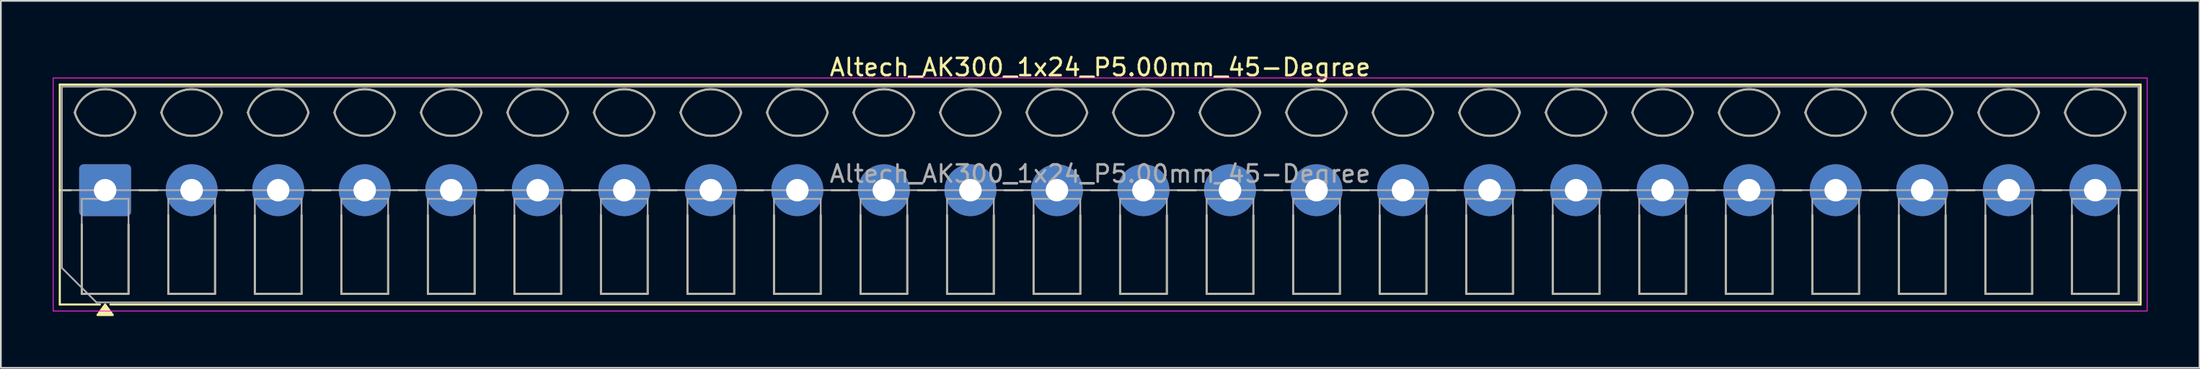
<source format=kicad_pcb>
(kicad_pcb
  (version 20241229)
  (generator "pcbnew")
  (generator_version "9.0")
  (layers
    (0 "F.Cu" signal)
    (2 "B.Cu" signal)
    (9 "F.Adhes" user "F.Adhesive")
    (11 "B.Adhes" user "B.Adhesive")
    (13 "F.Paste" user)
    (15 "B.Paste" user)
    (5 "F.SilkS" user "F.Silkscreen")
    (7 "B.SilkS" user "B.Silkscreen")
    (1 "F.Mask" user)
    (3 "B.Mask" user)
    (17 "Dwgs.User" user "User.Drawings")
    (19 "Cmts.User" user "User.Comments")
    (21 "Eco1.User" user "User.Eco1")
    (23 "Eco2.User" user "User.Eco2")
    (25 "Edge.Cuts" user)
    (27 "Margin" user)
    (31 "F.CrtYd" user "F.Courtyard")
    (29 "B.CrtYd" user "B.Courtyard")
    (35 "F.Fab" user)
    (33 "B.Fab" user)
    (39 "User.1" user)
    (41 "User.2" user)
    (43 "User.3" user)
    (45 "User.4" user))
  (footprint "Altech_AK300_1x24_P5.00mm_45-Degree"
    (layer "F.Cu")
    (at 3.025 7.968)
    (property "Reference" "Altech_AK300_1x24_P5.00mm_45-Degree" (at 57.5 -7.12 0) (layer "F.SilkS") (effects (font (size 1 1) (thickness 0.15))))
    (attr through_hole)
    (fp_line (start -2.62 -6.12) (end 117.62 -6.12) (stroke (width 0.12) (type solid)) (layer "F.SilkS"))
    (fp_line (start -2.62 0) (end -1.98 0) (stroke (width 0.12) (type solid)) (layer "F.SilkS"))
    (fp_line (start -2.62 6.62) (end -2.62 -6.12) (stroke (width 0.12) (type solid)) (layer "F.SilkS"))
    (fp_line (start -1.35 6) (end -1.35 1.98) (stroke (width 0.12) (type solid)) (layer "F.SilkS"))
    (fp_line (start -0.3 6.62) (end -2.62 6.62) (stroke (width 0.12) (type solid)) (layer "F.SilkS"))
    (fp_line (start 1.35 1.98) (end 1.35 6) (stroke (width 0.12) (type solid)) (layer "F.SilkS"))
    (fp_line (start 1.35 6) (end -1.35 6) (stroke (width 0.12) (type solid)) (layer "F.SilkS"))
    (fp_line (start 1.98 0) (end 3.02 0) (stroke (width 0.12) (type solid)) (layer "F.SilkS"))
    (fp_line (start 3.65 6) (end 3.65 1.448) (stroke (width 0.12) (type solid)) (layer "F.SilkS"))
    (fp_line (start 6.35 1.448) (end 6.35 6) (stroke (width 0.12) (type solid)) (layer "F.SilkS"))
    (fp_line (start 6.35 6) (end 3.65 6) (stroke (width 0.12) (type solid)) (layer "F.SilkS"))
    (fp_line (start 6.98 0) (end 8.02 0) (stroke (width 0.12) (type solid)) (layer "F.SilkS"))
    (fp_line (start 8.65 6) (end 8.65 1.448) (stroke (width 0.12) (type solid)) (layer "F.SilkS"))
    (fp_line (start 11.35 1.448) (end 11.35 6) (stroke (width 0.12) (type solid)) (layer "F.SilkS"))
    (fp_line (start 11.35 6) (end 8.65 6) (stroke (width 0.12) (type solid)) (layer "F.SilkS"))
    (fp_line (start 11.98 0) (end 13.02 0) (stroke (width 0.12) (type solid)) (layer "F.SilkS"))
    (fp_line (start 13.65 6) (end 13.65 1.448) (stroke (width 0.12) (type solid)) (layer "F.SilkS"))
    (fp_line (start 16.35 1.448) (end 16.35 6) (stroke (width 0.12) (type solid)) (layer "F.SilkS"))
    (fp_line (start 16.35 6) (end 13.65 6) (stroke (width 0.12) (type solid)) (layer "F.SilkS"))
    (fp_line (start 16.98 0) (end 18.02 0) (stroke (width 0.12) (type solid)) (layer "F.SilkS"))
    (fp_line (start 18.65 6) (end 18.65 1.448) (stroke (width 0.12) (type solid)) (layer "F.SilkS"))
    (fp_line (start 21.35 1.448) (end 21.35 6) (stroke (width 0.12) (type solid)) (layer "F.SilkS"))
    (fp_line (start 21.35 6) (end 18.65 6) (stroke (width 0.12) (type solid)) (layer "F.SilkS"))
    (fp_line (start 21.98 0) (end 23.02 0) (stroke (width 0.12) (type solid)) (layer "F.SilkS"))
    (fp_line (start 23.65 6) (end 23.65 1.448) (stroke (width 0.12) (type solid)) (layer "F.SilkS"))
    (fp_line (start 26.35 1.448) (end 26.35 6) (stroke (width 0.12) (type solid)) (layer "F.SilkS"))
    (fp_line (start 26.35 6) (end 23.65 6) (stroke (width 0.12) (type solid)) (layer "F.SilkS"))
    (fp_line (start 26.98 0) (end 28.02 0) (stroke (width 0.12) (type solid)) (layer "F.SilkS"))
    (fp_line (start 28.65 6) (end 28.65 1.448) (stroke (width 0.12) (type solid)) (layer "F.SilkS"))
    (fp_line (start 31.35 1.448) (end 31.35 6) (stroke (width 0.12) (type solid)) (layer "F.SilkS"))
    (fp_line (start 31.35 6) (end 28.65 6) (stroke (width 0.12) (type solid)) (layer "F.SilkS"))
    (fp_line (start 31.98 0) (end 33.02 0) (stroke (width 0.12) (type solid)) (layer "F.SilkS"))
    (fp_line (start 33.65 6) (end 33.65 1.448) (stroke (width 0.12) (type solid)) (layer "F.SilkS"))
    (fp_line (start 36.35 1.448) (end 36.35 6) (stroke (width 0.12) (type solid)) (layer "F.SilkS"))
    (fp_line (start 36.35 6) (end 33.65 6) (stroke (width 0.12) (type solid)) (layer "F.SilkS"))
    (fp_line (start 36.98 0) (end 38.02 0) (stroke (width 0.12) (type solid)) (layer "F.SilkS"))
    (fp_line (start 38.65 6) (end 38.65 1.448) (stroke (width 0.12) (type solid)) (layer "F.SilkS"))
    (fp_line (start 41.35 1.448) (end 41.35 6) (stroke (width 0.12) (type solid)) (layer "F.SilkS"))
    (fp_line (start 41.35 6) (end 38.65 6) (stroke (width 0.12) (type solid)) (layer "F.SilkS"))
    (fp_line (start 41.98 0) (end 43.02 0) (stroke (width 0.12) (type solid)) (layer "F.SilkS"))
    (fp_line (start 43.65 6) (end 43.65 1.448) (stroke (width 0.12) (type solid)) (layer "F.SilkS"))
    (fp_line (start 46.35 1.448) (end 46.35 6) (stroke (width 0.12) (type solid)) (layer "F.SilkS"))
    (fp_line (start 46.35 6) (end 43.65 6) (stroke (width 0.12) (type solid)) (layer "F.SilkS"))
    (fp_line (start 46.98 0) (end 48.02 0) (stroke (width 0.12) (type solid)) (layer "F.SilkS"))
    (fp_line (start 48.65 6) (end 48.65 1.448) (stroke (width 0.12) (type solid)) (layer "F.SilkS"))
    (fp_line (start 51.35 1.448) (end 51.35 6) (stroke (width 0.12) (type solid)) (layer "F.SilkS"))
    (fp_line (start 51.35 6) (end 48.65 6) (stroke (width 0.12) (type solid)) (layer "F.SilkS"))
    (fp_line (start 51.98 0) (end 53.02 0) (stroke (width 0.12) (type solid)) (layer "F.SilkS"))
    (fp_line (start 53.65 6) (end 53.65 1.448) (stroke (width 0.12) (type solid)) (layer "F.SilkS"))
    (fp_line (start 56.35 1.448) (end 56.35 6) (stroke (width 0.12) (type solid)) (layer "F.SilkS"))
    (fp_line (start 56.35 6) (end 53.65 6) (stroke (width 0.12) (type solid)) (layer "F.SilkS"))
    (fp_line (start 56.98 0) (end 58.02 0) (stroke (width 0.12) (type solid)) (layer "F.SilkS"))
    (fp_line (start 58.65 6) (end 58.65 1.448) (stroke (width 0.12) (type solid)) (layer "F.SilkS"))
    (fp_line (start 61.35 1.448) (end 61.35 6) (stroke (width 0.12) (type solid)) (layer "F.SilkS"))
    (fp_line (start 61.35 6) (end 58.65 6) (stroke (width 0.12) (type solid)) (layer "F.SilkS"))
    (fp_line (start 61.98 0) (end 63.02 0) (stroke (width 0.12) (type solid)) (layer "F.SilkS"))
    (fp_line (start 63.65 6) (end 63.65 1.448) (stroke (width 0.12) (type solid)) (layer "F.SilkS"))
    (fp_line (start 66.35 1.448) (end 66.35 6) (stroke (width 0.12) (type solid)) (layer "F.SilkS"))
    (fp_line (start 66.35 6) (end 63.65 6) (stroke (width 0.12) (type solid)) (layer "F.SilkS"))
    (fp_line (start 66.98 0) (end 68.02 0) (stroke (width 0.12) (type solid)) (layer "F.SilkS"))
    (fp_line (start 68.65 6) (end 68.65 1.448) (stroke (width 0.12) (type solid)) (layer "F.SilkS"))
    (fp_line (start 71.35 1.448) (end 71.35 6) (stroke (width 0.12) (type solid)) (layer "F.SilkS"))
    (fp_line (start 71.35 6) (end 68.65 6) (stroke (width 0.12) (type solid)) (layer "F.SilkS"))
    (fp_line (start 71.98 0) (end 73.02 0) (stroke (width 0.12) (type solid)) (layer "F.SilkS"))
    (fp_line (start 73.65 6) (end 73.65 1.448) (stroke (width 0.12) (type solid)) (layer "F.SilkS"))
    (fp_line (start 76.35 1.448) (end 76.35 6) (stroke (width 0.12) (type solid)) (layer "F.SilkS"))
    (fp_line (start 76.35 6) (end 73.65 6) (stroke (width 0.12) (type solid)) (layer "F.SilkS"))
    (fp_line (start 76.98 0) (end 78.02 0) (stroke (width 0.12) (type solid)) (layer "F.SilkS"))
    (fp_line (start 78.65 6) (end 78.65 1.448) (stroke (width 0.12) (type solid)) (layer "F.SilkS"))
    (fp_line (start 81.35 1.448) (end 81.35 6) (stroke (width 0.12) (type solid)) (layer "F.SilkS"))
    (fp_line (start 81.35 6) (end 78.65 6) (stroke (width 0.12) (type solid)) (layer "F.SilkS"))
    (fp_line (start 81.98 0) (end 83.02 0) (stroke (width 0.12) (type solid)) (layer "F.SilkS"))
    (fp_line (start 83.65 6) (end 83.65 1.448) (stroke (width 0.12) (type solid)) (layer "F.SilkS"))
    (fp_line (start 86.35 1.448) (end 86.35 6) (stroke (width 0.12) (type solid)) (layer "F.SilkS"))
    (fp_line (start 86.35 6) (end 83.65 6) (stroke (width 0.12) (type solid)) (layer "F.SilkS"))
    (fp_line (start 86.98 0) (end 88.02 0) (stroke (width 0.12) (type solid)) (layer "F.SilkS"))
    (fp_line (start 88.65 6) (end 88.65 1.448) (stroke (width 0.12) (type solid)) (layer "F.SilkS"))
    (fp_line (start 91.35 1.448) (end 91.35 6) (stroke (width 0.12) (type solid)) (layer "F.SilkS"))
    (fp_line (start 91.35 6) (end 88.65 6) (stroke (width 0.12) (type solid)) (layer "F.SilkS"))
    (fp_line (start 91.98 0) (end 93.02 0) (stroke (width 0.12) (type solid)) (layer "F.SilkS"))
    (fp_line (start 93.65 6) (end 93.65 1.448) (stroke (width 0.12) (type solid)) (layer "F.SilkS"))
    (fp_line (start 96.35 1.448) (end 96.35 6) (stroke (width 0.12) (type solid)) (layer "F.SilkS"))
    (fp_line (start 96.35 6) (end 93.65 6) (stroke (width 0.12) (type solid)) (layer "F.SilkS"))
    (fp_line (start 96.98 0) (end 98.02 0) (stroke (width 0.12) (type solid)) (layer "F.SilkS"))
    (fp_line (start 98.65 6) (end 98.65 1.448) (stroke (width 0.12) (type solid)) (layer "F.SilkS"))
    (fp_line (start 101.35 1.448) (end 101.35 6) (stroke (width 0.12) (type solid)) (layer "F.SilkS"))
    (fp_line (start 101.35 6) (end 98.65 6) (stroke (width 0.12) (type solid)) (layer "F.SilkS"))
    (fp_line (start 101.98 0) (end 103.02 0) (stroke (width 0.12) (type solid)) (layer "F.SilkS"))
    (fp_line (start 103.65 6) (end 103.65 1.448) (stroke (width 0.12) (type solid)) (layer "F.SilkS"))
    (fp_line (start 106.35 1.448) (end 106.35 6) (stroke (width 0.12) (type solid)) (layer "F.SilkS"))
    (fp_line (start 106.35 6) (end 103.65 6) (stroke (width 0.12) (type solid)) (layer "F.SilkS"))
    (fp_line (start 106.98 0) (end 108.02 0) (stroke (width 0.12) (type solid)) (layer "F.SilkS"))
    (fp_line (start 108.65 6) (end 108.65 1.448) (stroke (width 0.12) (type solid)) (layer "F.SilkS"))
    (fp_line (start 111.35 1.448) (end 111.35 6) (stroke (width 0.12) (type solid)) (layer "F.SilkS"))
    (fp_line (start 111.35 6) (end 108.65 6) (stroke (width 0.12) (type solid)) (layer "F.SilkS"))
    (fp_line (start 111.98 0) (end 113.02 0) (stroke (width 0.12) (type solid)) (layer "F.SilkS"))
    (fp_line (start 113.65 6) (end 113.65 1.448) (stroke (width 0.12) (type solid)) (layer "F.SilkS"))
    (fp_line (start 116.35 1.448) (end 116.35 6) (stroke (width 0.12) (type solid)) (layer "F.SilkS"))
    (fp_line (start 116.35 6) (end 113.65 6) (stroke (width 0.12) (type solid)) (layer "F.SilkS"))
    (fp_line (start 116.98 0) (end 117.62 0) (stroke (width 0.12) (type solid)) (layer "F.SilkS"))
    (fp_line (start 117.62 -6.12) (end 117.62 6.62) (stroke (width 0.12) (type solid)) (layer "F.SilkS"))
    (fp_line (start 117.62 6.62) (end 0.3 6.62) (stroke (width 0.12) (type solid)) (layer "F.SilkS"))
    (fp_arc (start -1.75 -4.5) (mid 0 -5.85) (end 1.75 -4.5) (stroke (width 0.12) (type solid)) (layer "F.SilkS"))
    (fp_arc (start 1.75 -4.5) (mid 0 -3.15) (end -1.75 -4.5) (stroke (width 0.12) (type solid)) (layer "F.SilkS"))
    (fp_arc (start 3.25 -4.5) (mid 5 -5.85) (end 6.75 -4.5) (stroke (width 0.12) (type solid)) (layer "F.SilkS"))
    (fp_arc (start 6.75 -4.5) (mid 5 -3.15) (end 3.25 -4.5) (stroke (width 0.12) (type solid)) (layer "F.SilkS"))
    (fp_arc (start 8.25 -4.5) (mid 10 -5.85) (end 11.75 -4.5) (stroke (width 0.12) (type solid)) (layer "F.SilkS"))
    (fp_arc (start 11.75 -4.5) (mid 10 -3.15) (end 8.25 -4.5) (stroke (width 0.12) (type solid)) (layer "F.SilkS"))
    (fp_arc (start 13.25 -4.5) (mid 15 -5.85) (end 16.75 -4.5) (stroke (width 0.12) (type solid)) (layer "F.SilkS"))
    (fp_arc (start 16.75 -4.5) (mid 15 -3.15) (end 13.25 -4.5) (stroke (width 0.12) (type solid)) (layer "F.SilkS"))
    (fp_arc (start 18.25 -4.5) (mid 20 -5.85) (end 21.75 -4.5) (stroke (width 0.12) (type solid)) (layer "F.SilkS"))
    (fp_arc (start 21.75 -4.5) (mid 20 -3.15) (end 18.25 -4.5) (stroke (width 0.12) (type solid)) (layer "F.SilkS"))
    (fp_arc (start 23.25 -4.5) (mid 25 -5.85) (end 26.75 -4.5) (stroke (width 0.12) (type solid)) (layer "F.SilkS"))
    (fp_arc (start 26.75 -4.5) (mid 25 -3.15) (end 23.25 -4.5) (stroke (width 0.12) (type solid)) (layer "F.SilkS"))
    (fp_arc (start 28.25 -4.5) (mid 30 -5.85) (end 31.75 -4.5) (stroke (width 0.12) (type solid)) (layer "F.SilkS"))
    (fp_arc (start 31.75 -4.5) (mid 30 -3.15) (end 28.25 -4.5) (stroke (width 0.12) (type solid)) (layer "F.SilkS"))
    (fp_arc (start 33.25 -4.5) (mid 35 -5.85) (end 36.75 -4.5) (stroke (width 0.12) (type solid)) (layer "F.SilkS"))
    (fp_arc (start 36.75 -4.5) (mid 35 -3.15) (end 33.25 -4.5) (stroke (width 0.12) (type solid)) (layer "F.SilkS"))
    (fp_arc (start 38.25 -4.5) (mid 40 -5.85) (end 41.75 -4.5) (stroke (width 0.12) (type solid)) (layer "F.SilkS"))
    (fp_arc (start 41.75 -4.5) (mid 40 -3.15) (end 38.25 -4.5) (stroke (width 0.12) (type solid)) (layer "F.SilkS"))
    (fp_arc (start 43.25 -4.5) (mid 45 -5.85) (end 46.75 -4.5) (stroke (width 0.12) (type solid)) (layer "F.SilkS"))
    (fp_arc (start 46.75 -4.5) (mid 45 -3.15) (end 43.25 -4.5) (stroke (width 0.12) (type solid)) (layer "F.SilkS"))
    (fp_arc (start 48.25 -4.5) (mid 50 -5.85) (end 51.75 -4.5) (stroke (width 0.12) (type solid)) (layer "F.SilkS"))
    (fp_arc (start 51.75 -4.5) (mid 50 -3.15) (end 48.25 -4.5) (stroke (width 0.12) (type solid)) (layer "F.SilkS"))
    (fp_arc (start 53.25 -4.5) (mid 55 -5.85) (end 56.75 -4.5) (stroke (width 0.12) (type solid)) (layer "F.SilkS"))
    (fp_arc (start 56.75 -4.5) (mid 55 -3.15) (end 53.25 -4.5) (stroke (width 0.12) (type solid)) (layer "F.SilkS"))
    (fp_arc (start 58.25 -4.5) (mid 60 -5.85) (end 61.75 -4.5) (stroke (width 0.12) (type solid)) (layer "F.SilkS"))
    (fp_arc (start 61.75 -4.5) (mid 60 -3.15) (end 58.25 -4.5) (stroke (width 0.12) (type solid)) (layer "F.SilkS"))
    (fp_arc (start 63.25 -4.5) (mid 65 -5.85) (end 66.75 -4.5) (stroke (width 0.12) (type solid)) (layer "F.SilkS"))
    (fp_arc (start 66.75 -4.5) (mid 65 -3.15) (end 63.25 -4.5) (stroke (width 0.12) (type solid)) (layer "F.SilkS"))
    (fp_arc (start 68.25 -4.5) (mid 70 -5.85) (end 71.75 -4.5) (stroke (width 0.12) (type solid)) (layer "F.SilkS"))
    (fp_arc (start 71.75 -4.5) (mid 70 -3.15) (end 68.25 -4.5) (stroke (width 0.12) (type solid)) (layer "F.SilkS"))
    (fp_arc (start 73.25 -4.5) (mid 75 -5.85) (end 76.75 -4.5) (stroke (width 0.12) (type solid)) (layer "F.SilkS"))
    (fp_arc (start 76.75 -4.5) (mid 75 -3.15) (end 73.25 -4.5) (stroke (width 0.12) (type solid)) (layer "F.SilkS"))
    (fp_arc (start 78.25 -4.5) (mid 80 -5.85) (end 81.75 -4.5) (stroke (width 0.12) (type solid)) (layer "F.SilkS"))
    (fp_arc (start 81.75 -4.5) (mid 80 -3.15) (end 78.25 -4.5) (stroke (width 0.12) (type solid)) (layer "F.SilkS"))
    (fp_arc (start 83.25 -4.5) (mid 85 -5.85) (end 86.75 -4.5) (stroke (width 0.12) (type solid)) (layer "F.SilkS"))
    (fp_arc (start 86.75 -4.5) (mid 85 -3.15) (end 83.25 -4.5) (stroke (width 0.12) (type solid)) (layer "F.SilkS"))
    (fp_arc (start 88.25 -4.5) (mid 90 -5.85) (end 91.75 -4.5) (stroke (width 0.12) (type solid)) (layer "F.SilkS"))
    (fp_arc (start 91.75 -4.5) (mid 90 -3.15) (end 88.25 -4.5) (stroke (width 0.12) (type solid)) (layer "F.SilkS"))
    (fp_arc (start 93.25 -4.5) (mid 95 -5.85) (end 96.75 -4.5) (stroke (width 0.12) (type solid)) (layer "F.SilkS"))
    (fp_arc (start 96.75 -4.5) (mid 95 -3.15) (end 93.25 -4.5) (stroke (width 0.12) (type solid)) (layer "F.SilkS"))
    (fp_arc (start 98.25 -4.5) (mid 100 -5.85) (end 101.75 -4.5) (stroke (width 0.12) (type solid)) (layer "F.SilkS"))
    (fp_arc (start 101.75 -4.5) (mid 100 -3.15) (end 98.25 -4.5) (stroke (width 0.12) (type solid)) (layer "F.SilkS"))
    (fp_arc (start 103.25 -4.5) (mid 105 -5.85) (end 106.75 -4.5) (stroke (width 0.12) (type solid)) (layer "F.SilkS"))
    (fp_arc (start 106.75 -4.5) (mid 105 -3.15) (end 103.25 -4.5) (stroke (width 0.12) (type solid)) (layer "F.SilkS"))
    (fp_arc (start 108.25 -4.5) (mid 110 -5.85) (end 111.75 -4.5) (stroke (width 0.12) (type solid)) (layer "F.SilkS"))
    (fp_arc (start 111.75 -4.5) (mid 110 -3.15) (end 108.25 -4.5) (stroke (width 0.12) (type solid)) (layer "F.SilkS"))
    (fp_arc (start 113.25 -4.5) (mid 115 -5.85) (end 116.75 -4.5) (stroke (width 0.12) (type solid)) (layer "F.SilkS"))
    (fp_arc (start 116.75 -4.5) (mid 115 -3.15) (end 113.25 -4.5) (stroke (width 0.12) (type solid)) (layer "F.SilkS"))
    (fp_poly (pts (xy 0 6.62) (xy 0.44 7.23) (xy -0.44 7.23)) (stroke (width 0.12) (type solid)) (fill yes) (layer "F.SilkS"))
    (fp_line (start -3 -6.5) (end -3 7) (stroke (width 0.05) (type solid)) (layer "F.CrtYd"))
    (fp_line (start -3 7) (end 118 7) (stroke (width 0.05) (type solid)) (layer "F.CrtYd"))
    (fp_line (start 118 -6.5) (end -3 -6.5) (stroke (width 0.05) (type solid)) (layer "F.CrtYd"))
    (fp_line (start 118 7) (end 118 -6.5) (stroke (width 0.05) (type solid)) (layer "F.CrtYd"))
    (fp_line (start -2.5 -6) (end 117.5 -6) (stroke (width 0.1) (type solid)) (layer "F.Fab"))
    (fp_line (start -2.5 0) (end 117.5 0) (stroke (width 0.1) (type solid)) (layer "F.Fab"))
    (fp_line (start -2.5 4.5) (end -2.5 -6) (stroke (width 0.1) (type solid)) (layer "F.Fab"))
    (fp_line (start -1.35 0.5) (end -1.35 6) (stroke (width 0.1) (type solid)) (layer "F.Fab"))
    (fp_line (start -1.35 6) (end 1.35 6) (stroke (width 0.1) (type solid)) (layer "F.Fab"))
    (fp_line (start -0.5 6.5) (end -2.5 4.5) (stroke (width 0.1) (type solid)) (layer "F.Fab"))
    (fp_line (start 1.35 0.5) (end -1.35 0.5) (stroke (width 0.1) (type solid)) (layer "F.Fab"))
    (fp_line (start 1.35 6) (end 1.35 0.5) (stroke (width 0.1) (type solid)) (layer "F.Fab"))
    (fp_line (start 3.65 0.5) (end 3.65 6) (stroke (width 0.1) (type solid)) (layer "F.Fab"))
    (fp_line (start 3.65 6) (end 6.35 6) (stroke (width 0.1) (type solid)) (layer "F.Fab"))
    (fp_line (start 6.35 0.5) (end 3.65 0.5) (stroke (width 0.1) (type solid)) (layer "F.Fab"))
    (fp_line (start 6.35 6) (end 6.35 0.5) (stroke (width 0.1) (type solid)) (layer "F.Fab"))
    (fp_line (start 8.65 0.5) (end 8.65 6) (stroke (width 0.1) (type solid)) (layer "F.Fab"))
    (fp_line (start 8.65 6) (end 11.351 6) (stroke (width 0.1) (type solid)) (layer "F.Fab"))
    (fp_line (start 11.351 0.5) (end 8.65 0.5) (stroke (width 0.1) (type solid)) (layer "F.Fab"))
    (fp_line (start 11.351 6) (end 11.351 0.5) (stroke (width 0.1) (type solid)) (layer "F.Fab"))
    (fp_line (start 13.65 0.5) (end 13.65 6) (stroke (width 0.1) (type solid)) (layer "F.Fab"))
    (fp_line (start 13.65 6) (end 16.351 6) (stroke (width 0.1) (type solid)) (layer "F.Fab"))
    (fp_line (start 16.351 0.5) (end 13.65 0.5) (stroke (width 0.1) (type solid)) (layer "F.Fab"))
    (fp_line (start 16.351 6) (end 16.351 0.5) (stroke (width 0.1) (type solid)) (layer "F.Fab"))
    (fp_line (start 18.65 0.5) (end 18.65 6) (stroke (width 0.1) (type solid)) (layer "F.Fab"))
    (fp_line (start 18.65 6) (end 21.35 6) (stroke (width 0.1) (type solid)) (layer "F.Fab"))
    (fp_line (start 21.35 0.5) (end 18.65 0.5) (stroke (width 0.1) (type solid)) (layer "F.Fab"))
    (fp_line (start 21.35 6) (end 21.35 0.5) (stroke (width 0.1) (type solid)) (layer "F.Fab"))
    (fp_line (start 23.65 0.5) (end 23.65 6) (stroke (width 0.1) (type solid)) (layer "F.Fab"))
    (fp_line (start 23.65 6) (end 26.35 6) (stroke (width 0.1) (type solid)) (layer "F.Fab"))
    (fp_line (start 26.35 0.5) (end 23.65 0.5) (stroke (width 0.1) (type solid)) (layer "F.Fab"))
    (fp_line (start 26.35 6) (end 26.35 0.5) (stroke (width 0.1) (type solid)) (layer "F.Fab"))
    (fp_line (start 28.65 0.5) (end 28.65 6) (stroke (width 0.1) (type solid)) (layer "F.Fab"))
    (fp_line (start 28.65 6) (end 31.35 6) (stroke (width 0.1) (type solid)) (layer "F.Fab"))
    (fp_line (start 31.35 0.5) (end 28.65 0.5) (stroke (width 0.1) (type solid)) (layer "F.Fab"))
    (fp_line (start 31.35 6) (end 31.35 0.5) (stroke (width 0.1) (type solid)) (layer "F.Fab"))
    (fp_line (start 33.65 0.5) (end 33.65 6) (stroke (width 0.1) (type solid)) (layer "F.Fab"))
    (fp_line (start 33.65 6) (end 36.35 6) (stroke (width 0.1) (type solid)) (layer "F.Fab"))
    (fp_line (start 36.35 0.5) (end 33.65 0.5) (stroke (width 0.1) (type solid)) (layer "F.Fab"))
    (fp_line (start 36.35 6) (end 36.35 0.5) (stroke (width 0.1) (type solid)) (layer "F.Fab"))
    (fp_line (start 38.65 0.5) (end 38.65 6) (stroke (width 0.1) (type solid)) (layer "F.Fab"))
    (fp_line (start 38.65 6) (end 41.35 6) (stroke (width 0.1) (type solid)) (layer "F.Fab"))
    (fp_line (start 41.35 0.5) (end 38.65 0.5) (stroke (width 0.1) (type solid)) (layer "F.Fab"))
    (fp_line (start 41.35 6) (end 41.35 0.5) (stroke (width 0.1) (type solid)) (layer "F.Fab"))
    (fp_line (start 43.65 0.5) (end 43.65 6) (stroke (width 0.1) (type solid)) (layer "F.Fab"))
    (fp_line (start 43.65 6) (end 46.35 6) (stroke (width 0.1) (type solid)) (layer "F.Fab"))
    (fp_line (start 46.35 0.5) (end 43.65 0.5) (stroke (width 0.1) (type solid)) (layer "F.Fab"))
    (fp_line (start 46.35 6) (end 46.35 0.5) (stroke (width 0.1) (type solid)) (layer "F.Fab"))
    (fp_line (start 48.65 0.5) (end 48.65 6) (stroke (width 0.1) (type solid)) (layer "F.Fab"))
    (fp_line (start 48.65 6) (end 51.35 6) (stroke (width 0.1) (type solid)) (layer "F.Fab"))
    (fp_line (start 51.35 0.5) (end 48.65 0.5) (stroke (width 0.1) (type solid)) (layer "F.Fab"))
    (fp_line (start 51.35 6) (end 51.35 0.5) (stroke (width 0.1) (type solid)) (layer "F.Fab"))
    (fp_line (start 53.65 0.5) (end 53.65 6) (stroke (width 0.1) (type solid)) (layer "F.Fab"))
    (fp_line (start 53.65 6) (end 56.35 6) (stroke (width 0.1) (type solid)) (layer "F.Fab"))
    (fp_line (start 56.35 0.5) (end 53.65 0.5) (stroke (width 0.1) (type solid)) (layer "F.Fab"))
    (fp_line (start 56.35 6) (end 56.35 0.5) (stroke (width 0.1) (type solid)) (layer "F.Fab"))
    (fp_line (start 58.65 0.5) (end 58.65 6) (stroke (width 0.1) (type solid)) (layer "F.Fab"))
    (fp_line (start 58.65 6) (end 61.35 6) (stroke (width 0.1) (type solid)) (layer "F.Fab"))
    (fp_line (start 61.35 0.5) (end 58.65 0.5) (stroke (width 0.1) (type solid)) (layer "F.Fab"))
    (fp_line (start 61.35 6) (end 61.35 0.5) (stroke (width 0.1) (type solid)) (layer "F.Fab"))
    (fp_line (start 63.65 0.5) (end 63.65 6) (stroke (width 0.1) (type solid)) (layer "F.Fab"))
    (fp_line (start 63.65 6) (end 66.35 6) (stroke (width 0.1) (type solid)) (layer "F.Fab"))
    (fp_line (start 66.35 0.5) (end 63.65 0.5) (stroke (width 0.1) (type solid)) (layer "F.Fab"))
    (fp_line (start 66.35 6) (end 66.35 0.5) (stroke (width 0.1) (type solid)) (layer "F.Fab"))
    (fp_line (start 68.65 0.5) (end 68.65 6) (stroke (width 0.1) (type solid)) (layer "F.Fab"))
    (fp_line (start 68.65 6) (end 71.35 6) (stroke (width 0.1) (type solid)) (layer "F.Fab"))
    (fp_line (start 71.35 0.5) (end 68.65 0.5) (stroke (width 0.1) (type solid)) (layer "F.Fab"))
    (fp_line (start 71.35 6) (end 71.35 0.5) (stroke (width 0.1) (type solid)) (layer "F.Fab"))
    (fp_line (start 73.65 0.5) (end 73.65 6) (stroke (width 0.1) (type solid)) (layer "F.Fab"))
    (fp_line (start 73.65 6) (end 76.35 6) (stroke (width 0.1) (type solid)) (layer "F.Fab"))
    (fp_line (start 76.35 0.5) (end 73.65 0.5) (stroke (width 0.1) (type solid)) (layer "F.Fab"))
    (fp_line (start 76.35 6) (end 76.35 0.5) (stroke (width 0.1) (type solid)) (layer "F.Fab"))
    (fp_line (start 78.65 0.5) (end 78.65 6) (stroke (width 0.1) (type solid)) (layer "F.Fab"))
    (fp_line (start 78.65 6) (end 81.35 6) (stroke (width 0.1) (type solid)) (layer "F.Fab"))
    (fp_line (start 81.35 0.5) (end 78.65 0.5) (stroke (width 0.1) (type solid)) (layer "F.Fab"))
    (fp_line (start 81.35 6) (end 81.35 0.5) (stroke (width 0.1) (type solid)) (layer "F.Fab"))
    (fp_line (start 83.65 0.5) (end 83.65 6) (stroke (width 0.1) (type solid)) (layer "F.Fab"))
    (fp_line (start 83.65 6) (end 86.35 6) (stroke (width 0.1) (type solid)) (layer "F.Fab"))
    (fp_line (start 86.35 0.5) (end 83.65 0.5) (stroke (width 0.1) (type solid)) (layer "F.Fab"))
    (fp_line (start 86.35 6) (end 86.35 0.5) (stroke (width 0.1) (type solid)) (layer "F.Fab"))
    (fp_line (start 88.65 0.5) (end 88.65 6) (stroke (width 0.1) (type solid)) (layer "F.Fab"))
    (fp_line (start 88.65 6) (end 91.35 6) (stroke (width 0.1) (type solid)) (layer "F.Fab"))
    (fp_line (start 91.35 0.5) (end 88.65 0.5) (stroke (width 0.1) (type solid)) (layer "F.Fab"))
    (fp_line (start 91.35 6) (end 91.35 0.5) (stroke (width 0.1) (type solid)) (layer "F.Fab"))
    (fp_line (start 93.65 0.5) (end 93.65 6) (stroke (width 0.1) (type solid)) (layer "F.Fab"))
    (fp_line (start 93.65 6) (end 96.35 6) (stroke (width 0.1) (type solid)) (layer "F.Fab"))
    (fp_line (start 96.35 0.5) (end 93.65 0.5) (stroke (width 0.1) (type solid)) (layer "F.Fab"))
    (fp_line (start 96.35 6) (end 96.35 0.5) (stroke (width 0.1) (type solid)) (layer "F.Fab"))
    (fp_line (start 98.65 0.5) (end 98.65 6) (stroke (width 0.1) (type solid)) (layer "F.Fab"))
    (fp_line (start 98.65 6) (end 101.35 6) (stroke (width 0.1) (type solid)) (layer "F.Fab"))
    (fp_line (start 101.35 0.5) (end 98.65 0.5) (stroke (width 0.1) (type solid)) (layer "F.Fab"))
    (fp_line (start 101.35 6) (end 101.35 0.5) (stroke (width 0.1) (type solid)) (layer "F.Fab"))
    (fp_line (start 103.65 0.5) (end 103.65 6) (stroke (width 0.1) (type solid)) (layer "F.Fab"))
    (fp_line (start 103.65 6) (end 106.35 6) (stroke (width 0.1) (type solid)) (layer "F.Fab"))
    (fp_line (start 106.35 0.5) (end 103.65 0.5) (stroke (width 0.1) (type solid)) (layer "F.Fab"))
    (fp_line (start 106.35 6) (end 106.35 0.5) (stroke (width 0.1) (type solid)) (layer "F.Fab"))
    (fp_line (start 108.65 0.5) (end 108.65 6) (stroke (width 0.1) (type solid)) (layer "F.Fab"))
    (fp_line (start 108.65 6) (end 111.35 6) (stroke (width 0.1) (type solid)) (layer "F.Fab"))
    (fp_line (start 111.35 0.5) (end 108.65 0.5) (stroke (width 0.1) (type solid)) (layer "F.Fab"))
    (fp_line (start 111.35 6) (end 111.35 0.5) (stroke (width 0.1) (type solid)) (layer "F.Fab"))
    (fp_line (start 113.65 0.5) (end 113.65 6) (stroke (width 0.1) (type solid)) (layer "F.Fab"))
    (fp_line (start 113.65 6) (end 116.35 6) (stroke (width 0.1) (type solid)) (layer "F.Fab"))
    (fp_line (start 116.35 0.5) (end 113.65 0.5) (stroke (width 0.1) (type solid)) (layer "F.Fab"))
    (fp_line (start 116.35 6) (end 116.35 0.5) (stroke (width 0.1) (type solid)) (layer "F.Fab"))
    (fp_line (start 117.5 -6) (end 117.5 6.5) (stroke (width 0.1) (type solid)) (layer "F.Fab"))
    (fp_line (start 117.5 6.5) (end -0.5 6.5) (stroke (width 0.1) (type solid)) (layer "F.Fab"))
    (fp_arc (start -1.75 -4.5) (mid 0 -5.85) (end 1.75 -4.5) (stroke (width 0.1) (type solid)) (layer "F.Fab"))
    (fp_arc (start 1.75 -4.5) (mid 0 -3.15) (end -1.75 -4.5) (stroke (width 0.1) (type solid)) (layer "F.Fab"))
    (fp_arc (start 3.25 -4.5) (mid 5 -5.85) (end 6.75 -4.5) (stroke (width 0.1) (type solid)) (layer "F.Fab"))
    (fp_arc (start 6.75 -4.5) (mid 5 -3.15) (end 3.25 -4.5) (stroke (width 0.1) (type solid)) (layer "F.Fab"))
    (fp_arc (start 8.25 -4.5) (mid 10 -5.85) (end 11.75 -4.5) (stroke (width 0.1) (type solid)) (layer "F.Fab"))
    (fp_arc (start 11.75 -4.5) (mid 10 -3.15) (end 8.25 -4.5) (stroke (width 0.1) (type solid)) (layer "F.Fab"))
    (fp_arc (start 13.25 -4.5) (mid 15 -5.85) (end 16.75 -4.5) (stroke (width 0.1) (type solid)) (layer "F.Fab"))
    (fp_arc (start 16.75 -4.5) (mid 15 -3.15) (end 13.25 -4.5) (stroke (width 0.1) (type solid)) (layer "F.Fab"))
    (fp_arc (start 18.25 -4.5) (mid 20 -5.85) (end 21.75 -4.5) (stroke (width 0.1) (type solid)) (layer "F.Fab"))
    (fp_arc (start 21.75 -4.5) (mid 20 -3.15) (end 18.25 -4.5) (stroke (width 0.1) (type solid)) (layer "F.Fab"))
    (fp_arc (start 23.25 -4.5) (mid 25 -5.85) (end 26.75 -4.5) (stroke (width 0.1) (type solid)) (layer "F.Fab"))
    (fp_arc (start 26.75 -4.5) (mid 25 -3.15) (end 23.25 -4.5) (stroke (width 0.1) (type solid)) (layer "F.Fab"))
    (fp_arc (start 28.25 -4.5) (mid 30 -5.85) (end 31.75 -4.5) (stroke (width 0.1) (type solid)) (layer "F.Fab"))
    (fp_arc (start 31.75 -4.5) (mid 30 -3.15) (end 28.25 -4.5) (stroke (width 0.1) (type solid)) (layer "F.Fab"))
    (fp_arc (start 33.25 -4.5) (mid 35 -5.85) (end 36.75 -4.5) (stroke (width 0.1) (type solid)) (layer "F.Fab"))
    (fp_arc (start 36.75 -4.5) (mid 35 -3.15) (end 33.25 -4.5) (stroke (width 0.1) (type solid)) (layer "F.Fab"))
    (fp_arc (start 38.25 -4.5) (mid 40 -5.85) (end 41.75 -4.5) (stroke (width 0.1) (type solid)) (layer "F.Fab"))
    (fp_arc (start 41.75 -4.5) (mid 40 -3.15) (end 38.25 -4.5) (stroke (width 0.1) (type solid)) (layer "F.Fab"))
    (fp_arc (start 43.25 -4.5) (mid 45 -5.85) (end 46.75 -4.5) (stroke (width 0.1) (type solid)) (layer "F.Fab"))
    (fp_arc (start 46.75 -4.5) (mid 45 -3.15) (end 43.25 -4.5) (stroke (width 0.1) (type solid)) (layer "F.Fab"))
    (fp_arc (start 48.25 -4.5) (mid 50 -5.85) (end 51.75 -4.5) (stroke (width 0.1) (type solid)) (layer "F.Fab"))
    (fp_arc (start 51.75 -4.5) (mid 50 -3.15) (end 48.25 -4.5) (stroke (width 0.1) (type solid)) (layer "F.Fab"))
    (fp_arc (start 53.25 -4.5) (mid 55 -5.85) (end 56.75 -4.5) (stroke (width 0.1) (type solid)) (layer "F.Fab"))
    (fp_arc (start 56.75 -4.5) (mid 55 -3.15) (end 53.25 -4.5) (stroke (width 0.1) (type solid)) (layer "F.Fab"))
    (fp_arc (start 58.25 -4.5) (mid 60 -5.85) (end 61.75 -4.5) (stroke (width 0.1) (type solid)) (layer "F.Fab"))
    (fp_arc (start 61.75 -4.5) (mid 60 -3.15) (end 58.25 -4.5) (stroke (width 0.1) (type solid)) (layer "F.Fab"))
    (fp_arc (start 63.25 -4.5) (mid 65 -5.85) (end 66.75 -4.5) (stroke (width 0.1) (type solid)) (layer "F.Fab"))
    (fp_arc (start 66.75 -4.5) (mid 65 -3.15) (end 63.25 -4.5) (stroke (width 0.1) (type solid)) (layer "F.Fab"))
    (fp_arc (start 68.25 -4.5) (mid 70 -5.85) (end 71.75 -4.5) (stroke (width 0.1) (type solid)) (layer "F.Fab"))
    (fp_arc (start 71.75 -4.5) (mid 70 -3.15) (end 68.25 -4.5) (stroke (width 0.1) (type solid)) (layer "F.Fab"))
    (fp_arc (start 73.25 -4.5) (mid 75 -5.85) (end 76.75 -4.5) (stroke (width 0.1) (type solid)) (layer "F.Fab"))
    (fp_arc (start 76.75 -4.5) (mid 75 -3.15) (end 73.25 -4.5) (stroke (width 0.1) (type solid)) (layer "F.Fab"))
    (fp_arc (start 78.25 -4.5) (mid 80 -5.85) (end 81.75 -4.5) (stroke (width 0.1) (type solid)) (layer "F.Fab"))
    (fp_arc (start 81.75 -4.5) (mid 80 -3.15) (end 78.25 -4.5) (stroke (width 0.1) (type solid)) (layer "F.Fab"))
    (fp_arc (start 83.25 -4.5) (mid 85 -5.85) (end 86.75 -4.5) (stroke (width 0.1) (type solid)) (layer "F.Fab"))
    (fp_arc (start 86.75 -4.5) (mid 85 -3.15) (end 83.25 -4.5) (stroke (width 0.1) (type solid)) (layer "F.Fab"))
    (fp_arc (start 88.25 -4.5) (mid 90 -5.85) (end 91.75 -4.5) (stroke (width 0.1) (type solid)) (layer "F.Fab"))
    (fp_arc (start 91.75 -4.5) (mid 90 -3.15) (end 88.25 -4.5) (stroke (width 0.1) (type solid)) (layer "F.Fab"))
    (fp_arc (start 93.25 -4.5) (mid 95 -5.85) (end 96.75 -4.5) (stroke (width 0.1) (type solid)) (layer "F.Fab"))
    (fp_arc (start 96.75 -4.5) (mid 95 -3.15) (end 93.25 -4.5) (stroke (width 0.1) (type solid)) (layer "F.Fab"))
    (fp_arc (start 98.25 -4.5) (mid 100 -5.85) (end 101.75 -4.5) (stroke (width 0.1) (type solid)) (layer "F.Fab"))
    (fp_arc (start 101.75 -4.5) (mid 100 -3.15) (end 98.25 -4.5) (stroke (width 0.1) (type solid)) (layer "F.Fab"))
    (fp_arc (start 103.25 -4.5) (mid 105 -5.85) (end 106.75 -4.5) (stroke (width 0.1) (type solid)) (layer "F.Fab"))
    (fp_arc (start 106.75 -4.5) (mid 105 -3.15) (end 103.25 -4.5) (stroke (width 0.1) (type solid)) (layer "F.Fab"))
    (fp_arc (start 108.25 -4.5) (mid 110 -5.85) (end 111.75 -4.5) (stroke (width 0.1) (type solid)) (layer "F.Fab"))
    (fp_arc (start 111.75 -4.5) (mid 110 -3.15) (end 108.25 -4.5) (stroke (width 0.1) (type solid)) (layer "F.Fab"))
    (fp_arc (start 113.25 -4.5) (mid 115 -5.85) (end 116.75 -4.5) (stroke (width 0.1) (type solid)) (layer "F.Fab"))
    (fp_arc (start 116.75 -4.5) (mid 115 -3.15) (end 113.25 -4.5) (stroke (width 0.1) (type solid)) (layer "F.Fab"))
    (fp_text user "${REFERENCE}" (at 57.5 -0.95 0) (layer "F.Fab") (effects (font (size 1 1) (thickness 0.15))))
    (pad "1" thru_hole roundrect (at 0 0) (size 3 3) (drill 1.3) (layers "*.Cu" "*.Mask") (roundrect_rratio 0.083))
    (pad "2" thru_hole circle (at 5 0) (size 3 3) (drill 1.3) (layers "*.Cu" "*.Mask"))
    (pad "3" thru_hole circle (at 10 0) (size 3 3) (drill 1.3) (layers "*.Cu" "*.Mask"))
    (pad "4" thru_hole circle (at 15 0) (size 3 3) (drill 1.3) (layers "*.Cu" "*.Mask"))
    (pad "5" thru_hole circle (at 20 0) (size 3 3) (drill 1.3) (layers "*.Cu" "*.Mask"))
    (pad "6" thru_hole circle (at 25 0) (size 3 3) (drill 1.3) (layers "*.Cu" "*.Mask"))
    (pad "7" thru_hole circle (at 30 0) (size 3 3) (drill 1.3) (layers "*.Cu" "*.Mask"))
    (pad "8" thru_hole circle (at 35 0) (size 3 3) (drill 1.3) (layers "*.Cu" "*.Mask"))
    (pad "9" thru_hole circle (at 40 0) (size 3 3) (drill 1.3) (layers "*.Cu" "*.Mask"))
    (pad "10" thru_hole circle (at 45 0) (size 3 3) (drill 1.3) (layers "*.Cu" "*.Mask"))
    (pad "11" thru_hole circle (at 50 0) (size 3 3) (drill 1.3) (layers "*.Cu" "*.Mask"))
    (pad "12" thru_hole circle (at 55 0) (size 3 3) (drill 1.3) (layers "*.Cu" "*.Mask"))
    (pad "13" thru_hole circle (at 60 0) (size 3 3) (drill 1.3) (layers "*.Cu" "*.Mask"))
    (pad "14" thru_hole circle (at 65 0) (size 3 3) (drill 1.3) (layers "*.Cu" "*.Mask"))
    (pad "15" thru_hole circle (at 70 0) (size 3 3) (drill 1.3) (layers "*.Cu" "*.Mask"))
    (pad "16" thru_hole circle (at 75 0) (size 3 3) (drill 1.3) (layers "*.Cu" "*.Mask"))
    (pad "17" thru_hole circle (at 80 0) (size 3 3) (drill 1.3) (layers "*.Cu" "*.Mask"))
    (pad "18" thru_hole circle (at 85 0) (size 3 3) (drill 1.3) (layers "*.Cu" "*.Mask"))
    (pad "19" thru_hole circle (at 90 0) (size 3 3) (drill 1.3) (layers "*.Cu" "*.Mask"))
    (pad "20" thru_hole circle (at 95 0) (size 3 3) (drill 1.3) (layers "*.Cu" "*.Mask"))
    (pad "21" thru_hole circle (at 100 0) (size 3 3) (drill 1.3) (layers "*.Cu" "*.Mask"))
    (pad "22" thru_hole circle (at 105 0) (size 3 3) (drill 1.3) (layers "*.Cu" "*.Mask"))
    (pad "23" thru_hole circle (at 110 0) (size 3 3) (drill 1.3) (layers "*.Cu" "*.Mask"))
    (pad "24" thru_hole circle (at 115 0) (size 3 3) (drill 1.3) (layers "*.Cu" "*.Mask")))
  (gr_rect
    (start -3 -3)
    (end 124.05 18.258)
    (stroke (width 0.1) (type default))
    (fill no)
    (layer "Edge.Cuts")))
</source>
